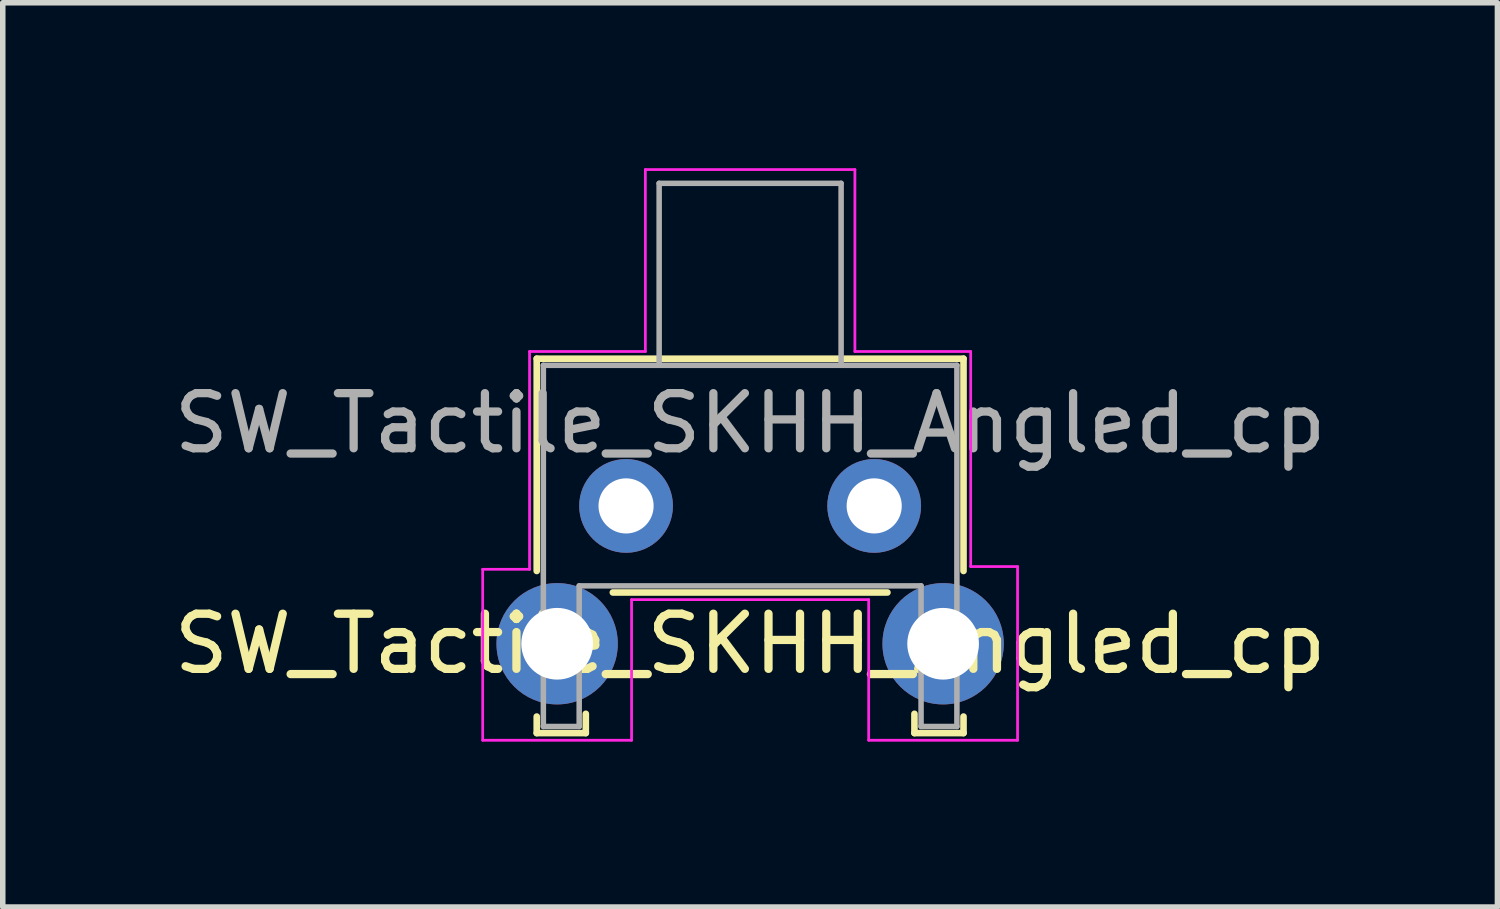
<source format=kicad_pcb>
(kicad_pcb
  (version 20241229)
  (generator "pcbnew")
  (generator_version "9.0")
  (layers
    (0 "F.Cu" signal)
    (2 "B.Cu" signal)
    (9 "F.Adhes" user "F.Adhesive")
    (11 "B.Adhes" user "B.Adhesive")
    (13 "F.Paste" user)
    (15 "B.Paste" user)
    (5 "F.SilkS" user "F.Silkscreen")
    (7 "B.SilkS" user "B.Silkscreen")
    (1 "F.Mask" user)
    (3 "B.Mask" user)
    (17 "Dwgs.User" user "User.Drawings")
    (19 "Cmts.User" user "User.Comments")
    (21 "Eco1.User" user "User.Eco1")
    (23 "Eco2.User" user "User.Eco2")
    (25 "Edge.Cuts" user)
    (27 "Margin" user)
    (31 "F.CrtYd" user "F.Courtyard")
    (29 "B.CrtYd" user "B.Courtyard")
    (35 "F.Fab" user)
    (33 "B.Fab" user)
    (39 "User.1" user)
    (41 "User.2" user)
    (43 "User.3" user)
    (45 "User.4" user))
  (footprint "SW_Tactile_SKHH_Angled_cp"
    (layer "F.Cu")
    (at 8.304 6.125)
    (property "Reference" "SW_Tactile_SKHH_Angled_cp" (at 2.25 2.5 0) (layer "F.SilkS") (effects (font (size 1 1) (thickness 0.15))))
    (attr through_hole)
    (fp_line (start -1.62 -2.67) (end -1.62 1.18) (stroke (width 0.12) (type solid)) (layer "F.SilkS"))
    (fp_line (start -1.62 3.82) (end -1.62 4.12) (stroke (width 0.12) (type solid)) (layer "F.SilkS"))
    (fp_line (start -0.73 4.12) (end -1.62 4.12) (stroke (width 0.12) (type solid)) (layer "F.SilkS"))
    (fp_line (start -0.73 4.12) (end -0.73 3.77) (stroke (width 0.12) (type solid)) (layer "F.SilkS"))
    (fp_line (start -0.24 1.57) (end 4.74 1.57) (stroke (width 0.12) (type solid)) (layer "F.SilkS"))
    (fp_line (start 5.23 4.12) (end 5.23 3.77) (stroke (width 0.12) (type solid)) (layer "F.SilkS"))
    (fp_line (start 6.12 -2.67) (end -1.62 -2.67) (stroke (width 0.12) (type solid)) (layer "F.SilkS"))
    (fp_line (start 6.12 1.18) (end 6.12 -2.67) (stroke (width 0.12) (type solid)) (layer "F.SilkS"))
    (fp_line (start 6.12 3.82) (end 6.12 4.12) (stroke (width 0.12) (type solid)) (layer "F.SilkS"))
    (fp_line (start 6.12 4.12) (end 5.23 4.12) (stroke (width 0.12) (type solid)) (layer "F.SilkS"))
    (fp_line (start -2.6 1.15) (end -1.75 1.15) (stroke (width 0.05) (type solid)) (layer "F.CrtYd"))
    (fp_line (start -2.6 4.25) (end -2.6 1.15) (stroke (width 0.05) (type solid)) (layer "F.CrtYd"))
    (fp_line (start -1.75 1.15) (end -1.75 -2.8) (stroke (width 0.05) (type solid)) (layer "F.CrtYd"))
    (fp_line (start 0.1 1.7) (end 4.4 1.7) (stroke (width 0.05) (type solid)) (layer "F.CrtYd"))
    (fp_line (start 0.1 4.25) (end -2.6 4.25) (stroke (width 0.05) (type solid)) (layer "F.CrtYd"))
    (fp_line (start 0.1 4.25) (end 0.1 1.7) (stroke (width 0.05) (type solid)) (layer "F.CrtYd"))
    (fp_line (start 0.35 -6.1) (end 0.35 -2.8) (stroke (width 0.05) (type solid)) (layer "F.CrtYd"))
    (fp_line (start 0.35 -2.8) (end -1.75 -2.8) (stroke (width 0.05) (type solid)) (layer "F.CrtYd"))
    (fp_line (start 4.15 -6.1) (end 0.35 -6.1) (stroke (width 0.05) (type solid)) (layer "F.CrtYd"))
    (fp_line (start 4.15 -2.8) (end 4.15 -6.1) (stroke (width 0.05) (type solid)) (layer "F.CrtYd"))
    (fp_line (start 4.4 1.7) (end 4.4 4.25) (stroke (width 0.05) (type solid)) (layer "F.CrtYd"))
    (fp_line (start 4.4 4.25) (end 7.1 4.25) (stroke (width 0.05) (type solid)) (layer "F.CrtYd"))
    (fp_line (start 6.25 -2.8) (end 4.15 -2.8) (stroke (width 0.05) (type solid)) (layer "F.CrtYd"))
    (fp_line (start 6.25 1.1) (end 6.25 -2.8) (stroke (width 0.05) (type solid)) (layer "F.CrtYd"))
    (fp_line (start 7.1 1.1) (end 6.25 1.1) (stroke (width 0.05) (type solid)) (layer "F.CrtYd"))
    (fp_line (start 7.1 4.25) (end 7.1 1.1) (stroke (width 0.05) (type solid)) (layer "F.CrtYd"))
    (fp_line (start -1.5 4) (end -1.5 -2.55) (stroke (width 0.1) (type solid)) (layer "F.Fab"))
    (fp_line (start -0.85 1.45) (end -0.85 4) (stroke (width 0.1) (type solid)) (layer "F.Fab"))
    (fp_line (start -0.85 4) (end -1.5 4) (stroke (width 0.1) (type solid)) (layer "F.Fab"))
    (fp_line (start 0.6 -5.85) (end 3.9 -5.85) (stroke (width 0.1) (type solid)) (layer "F.Fab"))
    (fp_line (start 0.6 -2.55) (end 0.6 -5.85) (stroke (width 0.1) (type solid)) (layer "F.Fab"))
    (fp_line (start 3.9 -2.55) (end 3.9 -5.85) (stroke (width 0.1) (type solid)) (layer "F.Fab"))
    (fp_line (start 5.35 1.45) (end -0.85 1.45) (stroke (width 0.1) (type solid)) (layer "F.Fab"))
    (fp_line (start 5.35 1.45) (end 5.35 4) (stroke (width 0.1) (type solid)) (layer "F.Fab"))
    (fp_line (start 6 -2.55) (end -1.5 -2.55) (stroke (width 0.1) (type solid)) (layer "F.Fab"))
    (fp_line (start 6 -2.55) (end 6 4) (stroke (width 0.1) (type solid)) (layer "F.Fab"))
    (fp_line (start 6 4) (end 5.35 4) (stroke (width 0.1) (type solid)) (layer "F.Fab"))
    (fp_text user "${REFERENCE}" (at 2.25 -1.5 0) (layer "F.Fab") (effects (font (size 1 1) (thickness 0.15))))
    (pad "" thru_hole circle (at -1.25 2.5 180) (size 2.2 2.2) (drill 1.3) (layers "*.Cu" "*.Mask"))
    (pad "" thru_hole circle (at 5.75 2.5 180) (size 2.2 2.2) (drill 1.3) (layers "*.Cu" "*.Mask"))
    (pad "1" thru_hole circle (at 0 0 180) (size 1.7 1.7) (drill 1) (layers "*.Cu" "*.Mask"))
    (pad "2" thru_hole circle (at 4.5 0 180) (size 1.7 1.7) (drill 1) (layers "*.Cu" "*.Mask")))
  (gr_rect
    (start -3 -3)
    (end 24.107 13.4)
    (stroke (width 0.1) (type default))
    (fill no)
    (layer "Edge.Cuts")))
</source>
